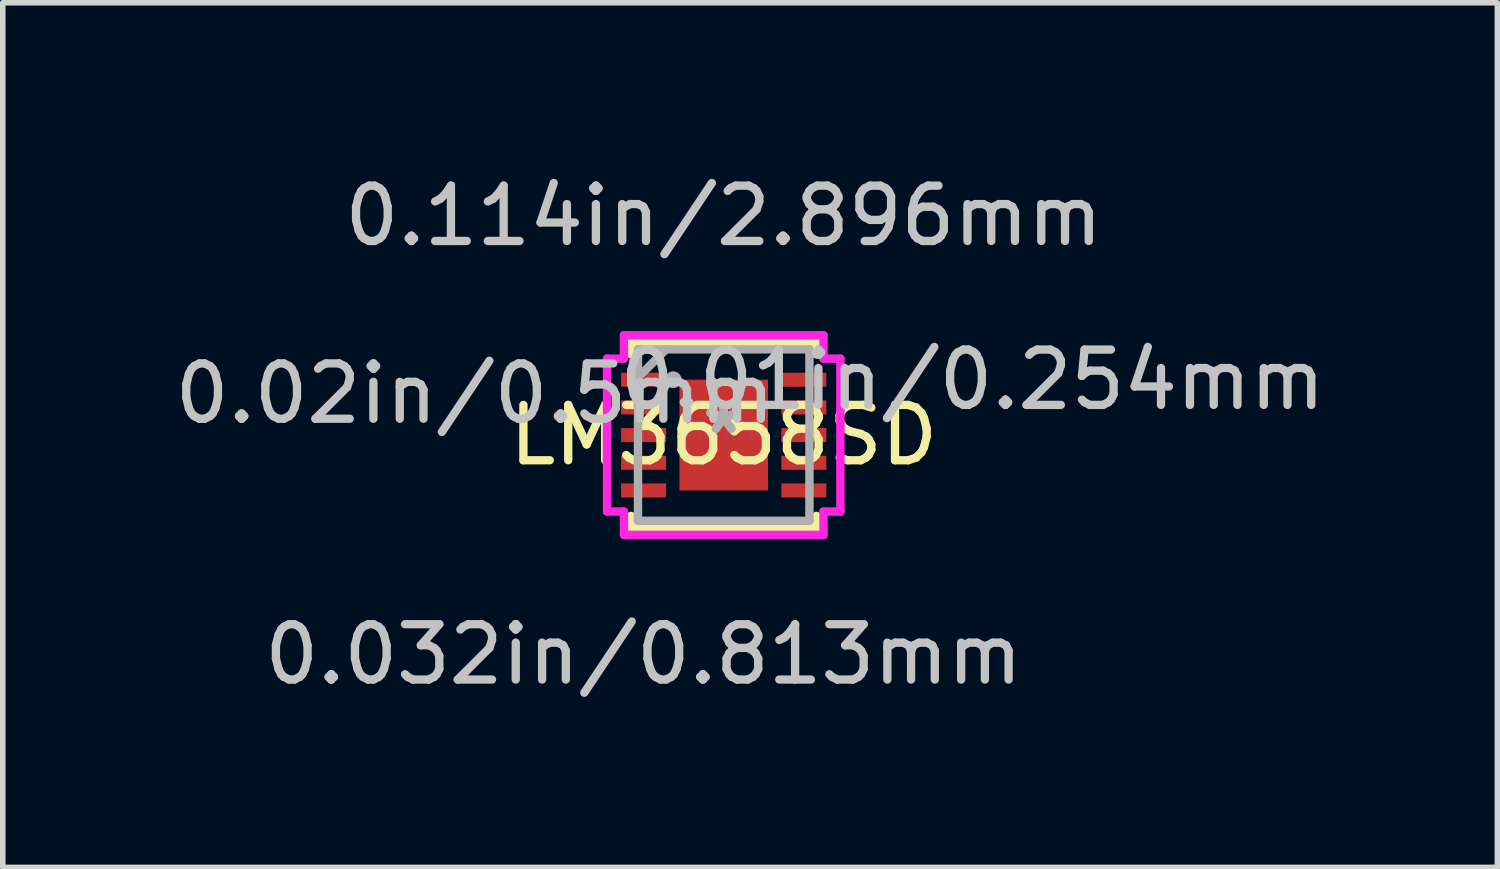
<source format=kicad_pcb>
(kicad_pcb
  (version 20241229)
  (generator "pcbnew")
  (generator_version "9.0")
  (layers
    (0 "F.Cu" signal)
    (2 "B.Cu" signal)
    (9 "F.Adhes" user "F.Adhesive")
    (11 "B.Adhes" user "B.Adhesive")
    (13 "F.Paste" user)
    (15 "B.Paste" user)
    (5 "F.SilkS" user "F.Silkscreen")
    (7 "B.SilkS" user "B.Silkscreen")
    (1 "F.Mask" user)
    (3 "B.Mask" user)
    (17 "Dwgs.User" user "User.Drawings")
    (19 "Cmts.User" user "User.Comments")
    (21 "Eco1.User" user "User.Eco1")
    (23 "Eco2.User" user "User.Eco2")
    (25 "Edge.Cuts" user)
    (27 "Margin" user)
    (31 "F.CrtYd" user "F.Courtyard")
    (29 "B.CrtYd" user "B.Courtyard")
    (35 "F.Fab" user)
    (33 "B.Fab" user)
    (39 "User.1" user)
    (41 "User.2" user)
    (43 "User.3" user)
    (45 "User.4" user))
  (footprint "LM3658SD"
    (layer "F.Cu")
    (at 10.026 4.811)
    (property "Reference" "LM3658SD" (at 0 0 0) (layer "F.SilkS") (effects (font (size 1 1) (thickness 0.15))))
    (attr through_hole)
    (fp_line (start -1.676 -1.676) (end -1.676 -1.46) (stroke (width 0.152) (type solid)) (layer "F.SilkS"))
    (fp_line (start -1.676 1.46) (end -1.676 1.676) (stroke (width 0.152) (type solid)) (layer "F.SilkS"))
    (fp_line (start -1.676 1.676) (end 1.676 1.676) (stroke (width 0.152) (type solid)) (layer "F.SilkS"))
    (fp_line (start 1.676 -1.676) (end -1.676 -1.676) (stroke (width 0.152) (type solid)) (layer "F.SilkS"))
    (fp_line (start 1.676 -1.46) (end 1.676 -1.676) (stroke (width 0.152) (type solid)) (layer "F.SilkS"))
    (fp_line (start 1.676 1.676) (end 1.676 1.46) (stroke (width 0.152) (type solid)) (layer "F.SilkS"))
    (fp_line (start -2.108 -1.381) (end -1.803 -1.381) (stroke (width 0.152) (type solid)) (layer "F.CrtYd"))
    (fp_line (start -2.108 1.381) (end -2.108 -1.381) (stroke (width 0.152) (type solid)) (layer "F.CrtYd"))
    (fp_line (start -1.803 -1.803) (end 1.803 -1.803) (stroke (width 0.152) (type solid)) (layer "F.CrtYd"))
    (fp_line (start -1.803 -1.381) (end -1.803 -1.803) (stroke (width 0.152) (type solid)) (layer "F.CrtYd"))
    (fp_line (start -1.803 1.381) (end -2.108 1.381) (stroke (width 0.152) (type solid)) (layer "F.CrtYd"))
    (fp_line (start -1.803 1.803) (end -1.803 1.381) (stroke (width 0.152) (type solid)) (layer "F.CrtYd"))
    (fp_line (start 1.803 -1.803) (end 1.803 -1.381) (stroke (width 0.152) (type solid)) (layer "F.CrtYd"))
    (fp_line (start 1.803 -1.381) (end 2.108 -1.381) (stroke (width 0.152) (type solid)) (layer "F.CrtYd"))
    (fp_line (start 1.803 1.381) (end 1.803 1.803) (stroke (width 0.152) (type solid)) (layer "F.CrtYd"))
    (fp_line (start 1.803 1.803) (end -1.803 1.803) (stroke (width 0.152) (type solid)) (layer "F.CrtYd"))
    (fp_line (start 2.108 -1.381) (end 2.108 1.381) (stroke (width 0.152) (type solid)) (layer "F.CrtYd"))
    (fp_line (start 2.108 1.381) (end 1.803 1.381) (stroke (width 0.152) (type solid)) (layer "F.CrtYd"))
    (fp_line (start -1.549 -1.549) (end -1.549 1.549) (stroke (width 0.152) (type solid)) (layer "F.Fab"))
    (fp_line (start -1.549 1.549) (end 1.549 1.549) (stroke (width 0.152) (type solid)) (layer "F.Fab"))
    (fp_line (start -1.041 -1.549) (end -1.549 -1.041) (stroke (width 0.152) (type solid)) (layer "F.Fab"))
    (fp_line (start 1.549 -1.549) (end -1.549 -1.549) (stroke (width 0.152) (type solid)) (layer "F.Fab"))
    (fp_line (start 1.549 1.549) (end 1.549 -1.549) (stroke (width 0.152) (type solid)) (layer "F.Fab"))
    (fp_circle (center -0.914 -1) (end -0.914 -1) (stroke (width 0.152) (type solid)) (fill no) (layer "F.Fab"))
    (fp_text user "*" (at 0 0 0) (layer "F.SilkS") (effects (font (size 1 1) (thickness 0.15))))
    (fp_text user "0.01in/0.254mm" (at 4.496 -1 0) (layer "Dwgs.User") (effects (font (size 1 1) (thickness 0.15))))
    (fp_text user "0.114in/2.896mm" (at 0 -3.962 0) (layer "Dwgs.User") (effects (font (size 1 1) (thickness 0.15))))
    (fp_text user "0.02in/0.5mm" (at -4.496 -0.75 0) (layer "Dwgs.User") (effects (font (size 1 1) (thickness 0.15))))
    (fp_text user "0.032in/0.813mm" (at -1.448 3.962 0) (layer "Dwgs.User") (effects (font (size 1 1) (thickness 0.15))))
    (fp_text user "Copyright 2016 Accelerated Designs. All rights reserved." (at 0 0 0) (layer "Cmts.User") (effects (font (size 0.127 0.127) (thickness 0.002))))
    (fp_text user "*" (at 0 0 0) (layer "F.Fab") (effects (font (size 1 1) (thickness 0.15))))
    (pad "1" smd rect (at -1.448 -1) (size 0.813 0.254) (layers "F.Cu" "F.Mask" "F.Paste"))
    (pad "2" smd rect (at -1.448 -0.5) (size 0.813 0.254) (layers "F.Cu" "F.Mask" "F.Paste"))
    (pad "3" smd rect (at -1.448 0) (size 0.813 0.254) (layers "F.Cu" "F.Mask" "F.Paste"))
    (pad "4" smd rect (at -1.448 0.5) (size 0.813 0.254) (layers "F.Cu" "F.Mask" "F.Paste"))
    (pad "5" smd rect (at -1.448 1) (size 0.813 0.254) (layers "F.Cu" "F.Mask" "F.Paste"))
    (pad "6" smd rect (at 1.448 1) (size 0.813 0.254) (layers "F.Cu" "F.Mask" "F.Paste"))
    (pad "7" smd rect (at 1.448 0.5) (size 0.813 0.254) (layers "F.Cu" "F.Mask" "F.Paste"))
    (pad "8" smd rect (at 1.448 0) (size 0.813 0.254) (layers "F.Cu" "F.Mask" "F.Paste"))
    (pad "9" smd rect (at 1.448 -0.5) (size 0.813 0.254) (layers "F.Cu" "F.Mask" "F.Paste"))
    (pad "10" smd rect (at 1.448 -1) (size 0.813 0.254) (layers "F.Cu" "F.Mask" "F.Paste"))
    (pad "11" smd rect (at 0 0) (size 1.6 2) (layers "F.Cu" "F.Mask" "F.Paste")))
  (gr_rect
    (start -3 -3)
    (end 24.004 12.621)
    (stroke (width 0.1) (type default))
    (fill no)
    (layer "Edge.Cuts")))
</source>
